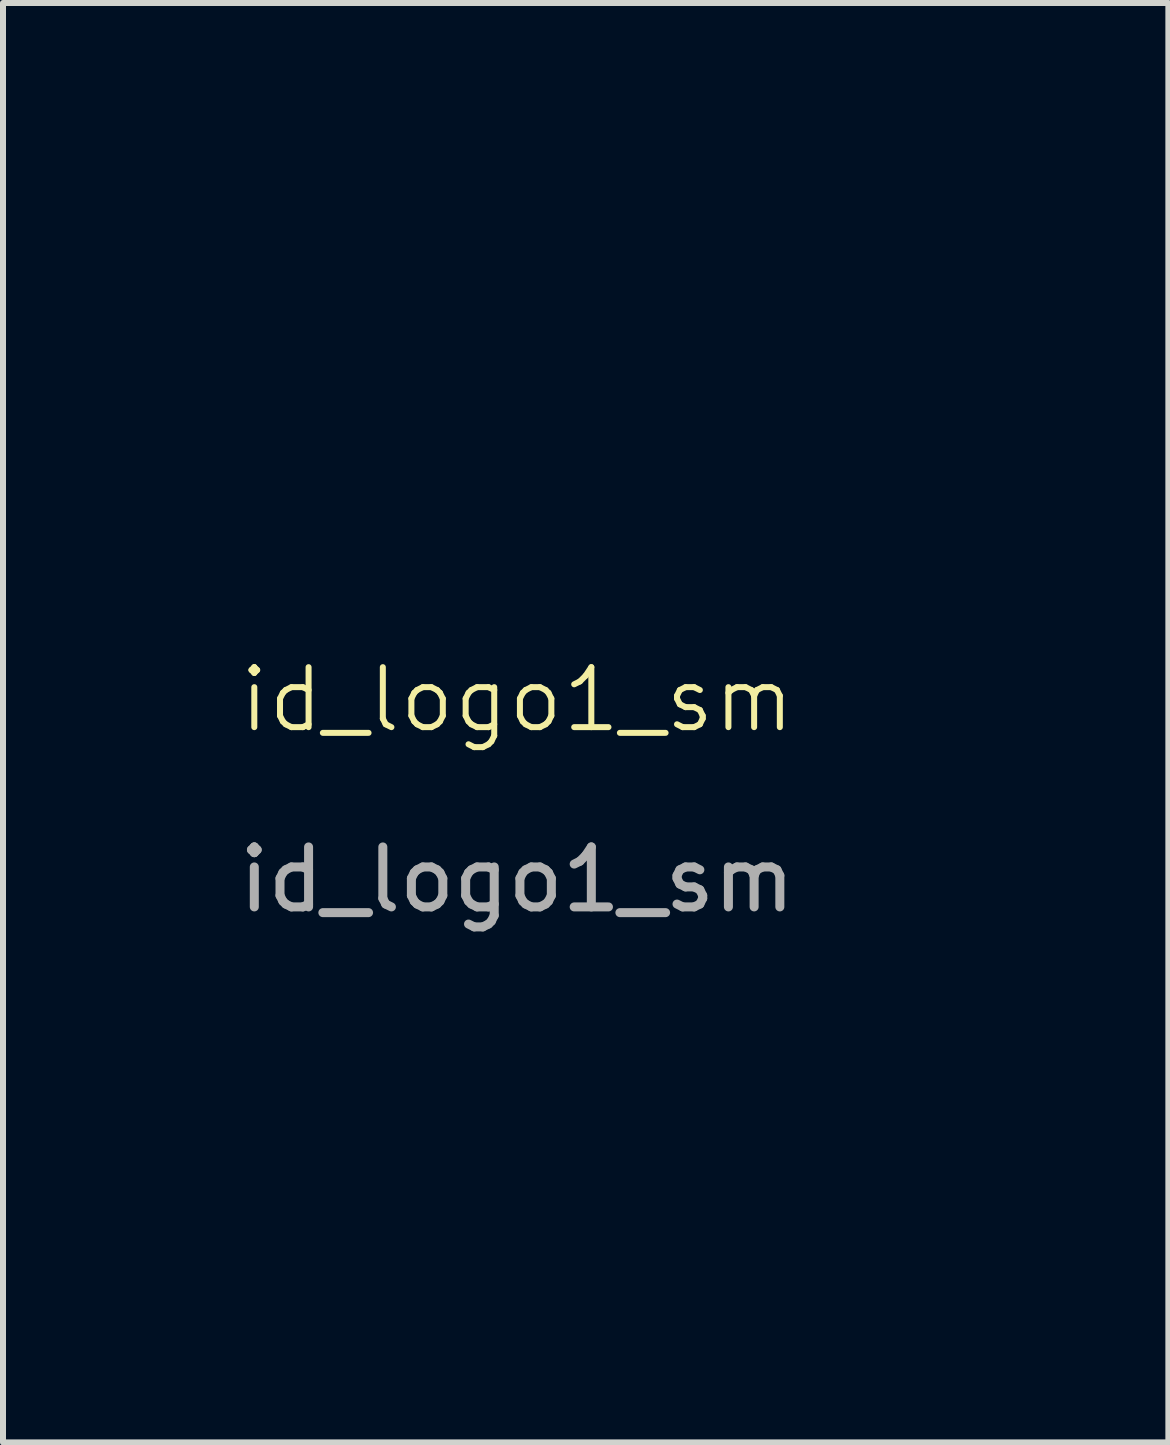
<source format=kicad_pcb>
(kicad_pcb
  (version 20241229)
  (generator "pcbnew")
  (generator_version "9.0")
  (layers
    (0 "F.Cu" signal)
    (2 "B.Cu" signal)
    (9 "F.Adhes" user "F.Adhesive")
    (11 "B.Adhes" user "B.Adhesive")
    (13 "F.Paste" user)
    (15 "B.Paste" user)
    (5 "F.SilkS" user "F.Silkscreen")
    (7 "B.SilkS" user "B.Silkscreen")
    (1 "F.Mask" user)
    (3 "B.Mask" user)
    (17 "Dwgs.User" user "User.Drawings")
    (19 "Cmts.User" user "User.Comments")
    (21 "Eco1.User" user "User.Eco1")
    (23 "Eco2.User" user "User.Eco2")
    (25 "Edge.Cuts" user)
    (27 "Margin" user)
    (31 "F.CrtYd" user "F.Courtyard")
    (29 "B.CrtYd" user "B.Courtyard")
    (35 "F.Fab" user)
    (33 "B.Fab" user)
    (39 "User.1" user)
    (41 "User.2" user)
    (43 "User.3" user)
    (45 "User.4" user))
  (footprint "id_logo1_sm"
    (layer "F.Cu")
    (at 5.571 9.116)
    (property "Reference" "id_logo1_sm" (at 0 -0.5 0) (unlocked yes) (layer "F.SilkS") (effects (font (size 1 1) (thickness 0.1))))
    (attr smd)
    (fp_poly (pts (xy -1.832 -9.115) (xy -1.773 -9.112) (xy -1.701 -9.107) (xy -1.613 -9.101) (xy -1.507 -9.092) (xy -1.5 -9.091) (xy -1.223 -9.066) (xy -0.963 -9.037) (xy -0.716 -9.006) (xy -0.481 -8.971) (xy -0.254 -8.932) (xy -0.03 -8.888) (xy 0.191 -8.839) (xy 0.415 -8.784) (xy 0.462 -8.772) (xy 0.881 -8.653) (xy 1.293 -8.519) (xy 1.698 -8.368) (xy 2.098 -8.199) (xy 2.494 -8.013) (xy 2.887 -7.808) (xy 3.28 -7.584) (xy 3.672 -7.34) (xy 3.807 -7.252) (xy 4.13 -7.03) (xy 4.436 -6.801) (xy 4.729 -6.564) (xy 5.012 -6.315) (xy 5.289 -6.052) (xy 5.405 -5.936) (xy 5.694 -5.627) (xy 5.967 -5.307) (xy 6.223 -4.978) (xy 6.461 -4.639) (xy 6.682 -4.292) (xy 6.885 -3.936) (xy 7.07 -3.573) (xy 7.236 -3.202) (xy 7.383 -2.826) (xy 7.511 -2.443) (xy 7.619 -2.055) (xy 7.674 -1.821) (xy 7.751 -1.426) (xy 7.807 -1.028) (xy 7.843 -0.628) (xy 7.859 -0.226) (xy 7.855 0.176) (xy 7.83 0.577) (xy 7.786 0.977) (xy 7.721 1.374) (xy 7.695 1.507) (xy 7.604 1.893) (xy 7.494 2.274) (xy 7.365 2.65) (xy 7.217 3.021) (xy 7.05 3.385) (xy 6.865 3.742) (xy 6.662 4.092) (xy 6.442 4.434) (xy 6.205 4.767) (xy 5.952 5.091) (xy 5.683 5.405) (xy 5.397 5.709) (xy 5.097 6.002) (xy 4.782 6.284) (xy 4.453 6.553) (xy 4.109 6.81) (xy 3.827 7.004) (xy 3.708 7.082) (xy 3.594 7.155) (xy 3.484 7.223) (xy 3.375 7.289) (xy 3.263 7.353) (xy 3.147 7.418) (xy 3.022 7.485) (xy 2.887 7.556) (xy 2.739 7.632) (xy 2.579 7.712) (xy 2.31 7.844) (xy 2.055 7.964) (xy 1.811 8.073) (xy 1.576 8.172) (xy 1.348 8.261) (xy 1.123 8.343) (xy 0.901 8.416) (xy 0.677 8.483) (xy 0.45 8.545) (xy 0.218 8.601) (xy -0.022 8.654) (xy -0.118 8.673) (xy -0.265 8.701) (xy -0.408 8.727) (xy -0.551 8.75) (xy -0.696 8.771) (xy -0.847 8.791) (xy -1.006 8.81) (xy -1.178 8.828) (xy -1.364 8.846) (xy -1.515 8.859) (xy -1.622 8.868) (xy -1.711 8.875) (xy -1.785 8.88) (xy -1.845 8.882) (xy -1.893 8.883) (xy -1.933 8.881) (xy -1.967 8.878) (xy -1.996 8.873) (xy -2.011 8.869) (xy -2.076 8.847) (xy -2.141 8.815) (xy -2.172 8.796) (xy -1.671 8.796) (xy -1.67 8.802) (xy -1.665 8.803) (xy -1.656 8.799) (xy -1.658 8.796) (xy -1.67 8.795) (xy -1.671 8.796) (xy -2.172 8.796) (xy -2.186 8.787) (xy -1.726 8.787) (xy -1.721 8.792) (xy -1.716 8.787) (xy -1.721 8.782) (xy -1.726 8.787) (xy -2.186 8.787) (xy -2.198 8.78) (xy -2.202 8.777) (xy -1.757 8.777) (xy -1.752 8.782) (xy -1.747 8.777) (xy -1.752 8.772) (xy -1.757 8.777) (xy -2.202 8.777) (xy -2.209 8.771) (xy -2.214 8.767) (xy -1.788 8.767) (xy -1.783 8.772) (xy -1.778 8.767) (xy -1.783 8.761) (xy -1.788 8.767) (xy -2.214 8.767) (xy -2.221 8.76) (xy -2.236 8.746) (xy -1.839 8.746) (xy -1.834 8.751) (xy -1.829 8.746) (xy -0.997 8.746) (xy -0.992 8.751) (xy -0.986 8.746) (xy -0.992 8.741) (xy -0.997 8.746) (xy -1.829 8.746) (xy -1.834 8.741) (xy -1.839 8.746) (xy -2.236 8.746) (xy -2.246 8.736) (xy -1.86 8.736) (xy -1.855 8.741) (xy -1.852 8.738) (xy -0.92 8.738) (xy -0.91 8.74) (xy -0.897 8.738) (xy -0.897 8.735) (xy -0.91 8.732) (xy -0.916 8.734) (xy -0.92 8.738) (xy -1.852 8.738) (xy -1.85 8.736) (xy -1.855 8.731) (xy -1.86 8.736) (xy -2.246 8.736) (xy -2.247 8.735) (xy -2.27 8.713) (xy -1.889 8.713) (xy -1.886 8.719) (xy -1.876 8.73) (xy -1.87 8.728) (xy -1.87 8.727) (xy -0.844 8.727) (xy -0.83 8.729) (xy -0.827 8.729) (xy -0.81 8.728) (xy -0.808 8.724) (xy -0.809 8.724) (xy -0.829 8.722) (xy -0.84 8.724) (xy -0.844 8.727) (xy -1.87 8.727) (xy -1.87 8.726) (xy -1.877 8.717) (xy -1.879 8.716) (xy -0.771 8.716) (xy -0.757 8.718) (xy -0.75 8.718) (xy -0.731 8.717) (xy -0.729 8.714) (xy -0.732 8.713) (xy -0.758 8.712) (xy -0.768 8.713) (xy -0.771 8.716) (xy -1.879 8.716) (xy -1.882 8.714) (xy -1.889 8.713) (xy -2.27 8.713) (xy -2.286 8.697) (xy -2.291 8.693) (xy -1.92 8.693) (xy -1.917 8.698) (xy -1.907 8.709) (xy -1.901 8.707) (xy -1.901 8.706) (xy -1.903 8.703) (xy -0.655 8.703) (xy -0.647 8.703) (xy -0.62 8.7) (xy -0.574 8.694) (xy -0.509 8.685) (xy -0.432 8.673) (xy -0.001 8.598) (xy 0.416 8.507) (xy 0.822 8.401) (xy 1.215 8.278) (xy 1.598 8.139) (xy 1.697 8.1) (xy 1.76 8.074) (xy 1.82 8.05) (xy 1.873 8.027) (xy 1.919 8.007) (xy 1.955 7.991) (xy 1.978 7.98) (xy 1.987 7.975) (xy 1.98 7.976) (xy 1.978 7.976) (xy 1.962 7.982) (xy 1.931 7.994) (xy 1.887 8.01) (xy 1.833 8.031) (xy 1.773 8.054) (xy 1.757 8.06) (xy 1.368 8.2) (xy 0.963 8.328) (xy 0.543 8.445) (xy 0.108 8.55) (xy -0.339 8.642) (xy -0.492 8.67) (xy -0.563 8.683) (xy -0.613 8.693) (xy -0.644 8.699) (xy -0.655 8.703) (xy -1.903 8.703) (xy -1.908 8.697) (xy -1.913 8.694) (xy -1.92 8.693) (xy -2.291 8.693) (xy -2.336 8.648) (xy -2.398 8.586) (xy -2.47 8.515) (xy -2.552 8.434) (xy -2.587 8.398) (xy -2.152 8.398) (xy -2.152 8.402) (xy -2.133 8.451) (xy -2.101 8.507) (xy -2.06 8.565) (xy -2.014 8.618) (xy -2.012 8.62) (xy -1.974 8.657) (xy -1.949 8.68) (xy -1.938 8.688) (xy -1.941 8.681) (xy -1.958 8.661) (xy -1.989 8.626) (xy -1.99 8.625) (xy -1.444 8.625) (xy -1.434 8.627) (xy -1.421 8.625) (xy -1.421 8.622) (xy -1.434 8.619) (xy -1.44 8.621) (xy -1.444 8.625) (xy -1.99 8.625) (xy -2 8.615) (xy -2.002 8.613) (xy -1.305 8.613) (xy -1.3 8.618) (xy -1.295 8.613) (xy -1.3 8.607) (xy -1.305 8.613) (xy -2.002 8.613) (xy -2.048 8.559) (xy -2.092 8.497) (xy -2.115 8.458) (xy -2.133 8.426) (xy -2.146 8.405) (xy -2.152 8.398) (xy -2.587 8.398) (xy -2.625 8.361) (xy -2.168 8.361) (xy -2.164 8.369) (xy -2.161 8.368) (xy -2.16 8.355) (xy -2.161 8.354) (xy -2.167 8.355) (xy -2.168 8.361) (xy -2.625 8.361) (xy -2.642 8.344) (xy -2.651 8.335) (xy -2.178 8.335) (xy -2.173 8.34) (xy -2.168 8.335) (xy -2.173 8.33) (xy -2.178 8.335) (xy -2.651 8.335) (xy -2.74 8.246) (xy -2.846 8.14) (xy -2.958 8.029) (xy -3.075 7.912) (xy -3.197 7.79) (xy -3.323 7.664) (xy -3.452 7.535) (xy -3.583 7.403) (xy -3.716 7.27) (xy -3.849 7.137) (xy -3.982 7.003) (xy -4.114 6.871) (xy -4.245 6.74) (xy -4.372 6.612) (xy -4.496 6.487) (xy -4.616 6.367) (xy -4.731 6.251) (xy -4.84 6.142) (xy -4.943 6.039) (xy -5.038 5.943) (xy -5.124 5.856) (xy -5.202 5.778) (xy -5.269 5.709) (xy -5.326 5.652) (xy -5.371 5.606) (xy -5.404 5.572) (xy -5.423 5.551) (xy -5.429 5.545) (xy -5.478 5.467) (xy -5.52 5.379) (xy -5.549 5.291) (xy -5.552 5.281) (xy -5.554 5.27) (xy -5.556 5.258) (xy -5.558 5.242) (xy -5.56 5.224) (xy -5.561 5.201) (xy -5.562 5.173) (xy -5.564 5.138) (xy -5.565 5.097) (xy -5.565 5.047) (xy -5.566 4.988) (xy -5.567 4.919) (xy -5.567 4.839) (xy -5.568 4.748) (xy -5.568 4.644) (xy -5.569 4.526) (xy -5.569 4.393) (xy -5.569 4.245) (xy -5.569 4.081) (xy -5.569 3.899) (xy -5.569 3.699) (xy -5.569 3.479) (xy -5.569 3.374) (xy -5.569 3.141) (xy -5.569 2.926) (xy -5.569 2.731) (xy -5.569 2.676) (xy -5.301 2.676) (xy -5.3 2.884) (xy -5.3 3.112) (xy -5.3 3.359) (xy -5.3 3.399) (xy -5.297 5.224) (xy -5.256 5.303) (xy -5.25 5.313) (xy -5.244 5.324) (xy -5.236 5.336) (xy -5.226 5.349) (xy -5.213 5.366) (xy -5.196 5.385) (xy -5.176 5.408) (xy -5.151 5.435) (xy -5.12 5.468) (xy -5.084 5.506) (xy -5.041 5.551) (xy -4.991 5.603) (xy -4.933 5.662) (xy -4.866 5.73) (xy -4.791 5.806) (xy -4.705 5.893) (xy -4.61 5.989) (xy -4.503 6.096) (xy -4.385 6.215) (xy -4.255 6.346) (xy -4.111 6.49) (xy -3.955 6.648) (xy -3.845 6.759) (xy -3.705 6.899) (xy -3.569 7.035) (xy -3.437 7.167) (xy -3.311 7.294) (xy -3.191 7.414) (xy -3.078 7.528) (xy -2.972 7.634) (xy -2.874 7.732) (xy -2.785 7.821) (xy -2.705 7.9) (xy -2.636 7.969) (xy -2.578 8.027) (xy -2.531 8.074) (xy -2.497 8.107) (xy -2.476 8.128) (xy -2.469 8.135) (xy -2.467 8.125) (xy -2.467 8.098) (xy -2.467 8.057) (xy -2.469 8.005) (xy -2.471 7.952) (xy -2.472 7.927) (xy -2.472 7.883) (xy -2.473 7.819) (xy -2.474 7.738) (xy -2.474 7.639) (xy -2.475 7.524) (xy -2.476 7.393) (xy -2.477 7.248) (xy -2.478 7.089) (xy -2.478 6.917) (xy -2.479 6.733) (xy -2.48 6.538) (xy -2.481 6.332) (xy -2.482 6.117) (xy -2.482 5.893) (xy -2.483 5.661) (xy -2.483 5.641) (xy -1.737 5.641) (xy -1.734 6.947) (xy -1.731 8.253) (xy -1.707 8.287) (xy -1.666 8.33) (xy -1.617 8.355) (xy -1.576 8.361) (xy -1.554 8.36) (xy -1.516 8.358) (xy -1.463 8.355) (xy -1.399 8.351) (xy -1.327 8.346) (xy -1.25 8.34) (xy -1.247 8.34) (xy -1.165 8.334) (xy -1.085 8.328) (xy -1.009 8.322) (xy -0.941 8.317) (xy -0.887 8.312) (xy -0.853 8.309) (xy -0.392 8.255) (xy 0.062 8.182) (xy 0.51 8.089) (xy 0.951 7.976) (xy 0.987 7.965) (xy 2.004 7.965) (xy 2.009 7.97) (xy 2.014 7.965) (xy 2.009 7.96) (xy 2.004 7.965) (xy 0.987 7.965) (xy 1.027 7.953) (xy 2.028 7.953) (xy 2.029 7.959) (xy 2.034 7.96) (xy 2.043 7.956) (xy 2.041 7.953) (xy 2.029 7.952) (xy 2.028 7.953) (xy 1.027 7.953) (xy 1.055 7.945) (xy 2.055 7.945) (xy 2.06 7.95) (xy 2.065 7.945) (xy 2.06 7.939) (xy 2.055 7.945) (xy 1.055 7.945) (xy 1.089 7.934) (xy 2.076 7.934) (xy 2.081 7.939) (xy 2.086 7.934) (xy 2.081 7.929) (xy 2.076 7.934) (xy 1.089 7.934) (xy 1.123 7.924) (xy 2.096 7.924) (xy 2.101 7.929) (xy 2.106 7.924) (xy 2.101 7.919) (xy 2.096 7.924) (xy 1.123 7.924) (xy 1.157 7.914) (xy 2.127 7.914) (xy 2.132 7.919) (xy 2.137 7.914) (xy 2.132 7.909) (xy 2.127 7.914) (xy 1.157 7.914) (xy 1.19 7.904) (xy 2.147 7.904) (xy 2.153 7.909) (xy 2.158 7.904) (xy 2.153 7.898) (xy 2.147 7.904) (xy 1.19 7.904) (xy 1.386 7.844) (xy 1.815 7.693) (xy 2.237 7.521) (xy 2.653 7.331) (xy 3.063 7.121) (xy 3.466 6.891) (xy 3.863 6.641) (xy 3.923 6.602) (xy 4.128 6.459) (xy 4.338 6.299) (xy 4.553 6.124) (xy 4.769 5.935) (xy 4.985 5.734) (xy 5.151 5.571) (xy 5.441 5.267) (xy 5.714 4.954) (xy 5.969 4.631) (xy 6.207 4.299) (xy 6.427 3.959) (xy 6.628 3.611) (xy 6.812 3.256) (xy 6.977 2.894) (xy 7.122 2.526) (xy 7.249 2.152) (xy 7.356 1.773) (xy 7.444 1.389) (xy 7.485 1.167) (xy 7.538 0.794) (xy 7.574 0.415) (xy 7.59 0.034) (xy 7.589 -0.346) (xy 7.568 -0.723) (xy 7.557 -0.851) (xy 7.508 -1.243) (xy 7.439 -1.632) (xy 7.351 -2.016) (xy 7.242 -2.397) (xy 7.115 -2.772) (xy 6.968 -3.141) (xy 6.802 -3.504) (xy 6.617 -3.861) (xy 6.414 -4.211) (xy 6.192 -4.553) (xy 5.952 -4.887) (xy 5.695 -5.212) (xy 5.594 -5.331) (xy 5.46 -5.483) (xy 5.319 -5.635) (xy 5.173 -5.786) (xy 5.025 -5.932) (xy 4.877 -6.072) (xy 4.732 -6.203) (xy 4.591 -6.324) (xy 4.457 -6.432) (xy 4.34 -6.519) (xy 3.954 -6.784) (xy 3.569 -7.03) (xy 3.182 -7.255) (xy 2.793 -7.462) (xy 2.401 -7.65) (xy 2.37 -7.663) (xy 3.083 -7.663) (xy 3.088 -7.658) (xy 3.093 -7.663) (xy 3.088 -7.668) (xy 3.083 -7.663) (xy 2.37 -7.663) (xy 2.346 -7.673) (xy 3.062 -7.673) (xy 3.067 -7.668) (xy 3.072 -7.673) (xy 3.067 -7.679) (xy 3.062 -7.673) (xy 2.346 -7.673) (xy 2.322 -7.684) (xy 3.041 -7.684) (xy 3.047 -7.679) (xy 3.052 -7.684) (xy 3.047 -7.689) (xy 3.041 -7.684) (xy 2.322 -7.684) (xy 2.227 -7.725) (xy 2.969 -7.725) (xy 2.975 -7.72) (xy 2.98 -7.725) (xy 2.975 -7.73) (xy 2.969 -7.725) (xy 2.227 -7.725) (xy 2.203 -7.735) (xy 2.949 -7.735) (xy 2.954 -7.73) (xy 2.959 -7.735) (xy 2.954 -7.74) (xy 2.949 -7.735) (xy 2.203 -7.735) (xy 2.179 -7.745) (xy 2.928 -7.745) (xy 2.934 -7.74) (xy 2.939 -7.745) (xy 2.934 -7.751) (xy 2.928 -7.745) (xy 2.179 -7.745) (xy 2.155 -7.756) (xy 2.908 -7.756) (xy 2.913 -7.751) (xy 2.918 -7.756) (xy 2.913 -7.761) (xy 2.908 -7.756) (xy 2.155 -7.756) (xy 2.131 -7.766) (xy 2.887 -7.766) (xy 2.892 -7.761) (xy 2.898 -7.766) (xy 2.892 -7.771) (xy 2.887 -7.766) (xy 2.131 -7.766) (xy 2.107 -7.776) (xy 2.867 -7.776) (xy 2.872 -7.771) (xy 2.877 -7.776) (xy 2.872 -7.781) (xy 2.867 -7.776) (xy 2.107 -7.776) (xy 2.006 -7.82) (xy 1.605 -7.971) (xy 1.199 -8.106) (xy 0.786 -8.224) (xy 0.647 -8.259) (xy 0.447 -8.306) (xy 0.232 -8.351) (xy 0.009 -8.394) (xy -0.215 -8.432) (xy -0.433 -8.466) (xy -0.641 -8.493) (xy -0.667 -8.496) (xy -0.71 -8.5) (xy -0.769 -8.506) (xy -0.843 -8.513) (xy -0.926 -8.52) (xy -1.017 -8.527) (xy -1.112 -8.535) (xy -1.199 -8.542) (xy -1.301 -8.55) (xy -1.385 -8.556) (xy -1.452 -8.561) (xy -1.505 -8.564) (xy -1.546 -8.565) (xy -1.576 -8.566) (xy -1.598 -8.565) (xy -1.613 -8.562) (xy -1.624 -8.559) (xy -1.626 -8.558) (xy -1.667 -8.533) (xy -1.703 -8.496) (xy -1.726 -8.456) (xy -1.727 -8.443) (xy -1.729 -8.412) (xy -1.731 -8.363) (xy -1.732 -8.296) (xy -1.733 -8.211) (xy -1.734 -8.108) (xy -1.735 -7.986) (xy -1.735 -7.844) (xy -1.736 -7.683) (xy -1.736 -7.503) (xy -1.736 -7.302) (xy -1.736 -7.149) (xy -1.736 -5.87) (xy -1.683 -5.87) (xy -1.622 -5.868) (xy -1.545 -5.862) (xy -1.453 -5.854) (xy -1.351 -5.842) (xy -1.24 -5.829) (xy -1.124 -5.813) (xy -1.006 -5.796) (xy -0.889 -5.777) (xy -0.776 -5.758) (xy -0.67 -5.739) (xy -0.632 -5.732) (xy -0.262 -5.65) (xy 0.098 -5.552) (xy 0.45 -5.439) (xy 0.792 -5.311) (xy 1.123 -5.169) (xy 1.444 -5.013) (xy 1.753 -4.844) (xy 2.05 -4.662) (xy 2.335 -4.467) (xy 2.606 -4.26) (xy 2.864 -4.041) (xy 3.107 -3.811) (xy 3.336 -3.571) (xy 3.549 -3.32) (xy 3.746 -3.059) (xy 3.927 -2.789) (xy 4.091 -2.51) (xy 4.237 -2.222) (xy 4.365 -1.927) (xy 4.459 -1.668) (xy 4.549 -1.366) (xy 4.62 -1.06) (xy 4.67 -0.752) (xy 4.7 -0.443) (xy 4.711 -0.132) (xy 4.702 0.179) (xy 4.673 0.489) (xy 4.625 0.796) (xy 4.556 1.102) (xy 4.469 1.403) (xy 4.362 1.7) (xy 4.235 1.991) (xy 4.214 2.037) (xy 4.064 2.324) (xy 3.897 2.602) (xy 3.713 2.87) (xy 3.512 3.131) (xy 3.292 3.383) (xy 3.054 3.629) (xy 2.892 3.781) (xy 2.642 3.998) (xy 2.374 4.205) (xy 2.09 4.401) (xy 1.793 4.586) (xy 1.483 4.758) (xy 1.163 4.917) (xy 0.833 5.061) (xy 0.737 5.1) (xy 0.41 5.22) (xy 0.07 5.327) (xy -0.278 5.42) (xy -0.63 5.498) (xy -0.984 5.561) (xy -1.334 5.607) (xy -1.631 5.634) (xy -1.737 5.641) (xy -2.483 5.641) (xy -2.484 5.422) (xy -2.484 5.176) (xy -2.485 4.926) (xy -2.486 4.671) (xy -2.486 4.595) (xy -2.493 1.42) (xy -2.52 1.311) (xy -2.549 1.202) (xy -2.586 1.089) (xy -2.631 0.971) (xy -2.683 0.847) (xy -2.745 0.714) (xy -2.816 0.572) (xy -2.898 0.42) (xy -2.99 0.255) (xy -3.095 0.076) (xy -3.157 -0.029) (xy -3.188 -0.079) (xy -3.225 -0.14) (xy -3.268 -0.209) (xy -3.316 -0.285) (xy -3.367 -0.366) (xy -3.421 -0.451) (xy -3.475 -0.537) (xy -3.53 -0.623) (xy -3.584 -0.707) (xy -3.636 -0.787) (xy -3.684 -0.863) (xy -3.728 -0.931) (xy -3.766 -0.99) (xy -3.798 -1.038) (xy -3.822 -1.074) (xy -3.838 -1.096) (xy -3.843 -1.102) (xy -3.85 -1.094) (xy -3.866 -1.071) (xy -3.888 -1.037) (xy -3.916 -0.994) (xy -3.933 -0.966) (xy -3.962 -0.921) (xy -4 -0.863) (xy -4.045 -0.796) (xy -4.095 -0.723) (xy -4.146 -0.649) (xy -4.196 -0.576) (xy -4.198 -0.573) (xy -4.303 -0.421) (xy -4.403 -0.276) (xy -4.497 -0.137) (xy -4.583 -0.008) (xy -4.662 0.111) (xy -4.731 0.218) (xy -4.79 0.312) (xy -4.838 0.391) (xy -4.84 0.392) (xy -4.953 0.592) (xy -5.051 0.782) (xy -5.133 0.963) (xy -5.2 1.134) (xy -5.25 1.294) (xy -5.283 1.443) (xy -5.291 1.492) (xy -5.293 1.51) (xy -5.294 1.541) (xy -5.296 1.585) (xy -5.297 1.643) (xy -5.298 1.716) (xy -5.298 1.804) (xy -5.299 1.907) (xy -5.3 2.026) (xy -5.3 2.162) (xy -5.3 2.316) (xy -5.301 2.487) (xy -5.301 2.676) (xy -5.569 2.676) (xy -5.569 2.553) (xy -5.569 2.392) (xy -5.569 2.246) (xy -5.568 2.116) (xy -5.568 1.999) (xy -5.567 1.895) (xy -5.566 1.803) (xy -5.565 1.722) (xy -5.563 1.651) (xy -5.561 1.589) (xy -5.559 1.534) (xy -5.556 1.487) (xy -5.553 1.447) (xy -5.55 1.411) (xy -5.546 1.38) (xy -5.541 1.351) (xy -5.536 1.325) (xy -5.531 1.301) (xy -5.525 1.277) (xy -5.518 1.252) (xy -5.511 1.226) (xy -5.503 1.197) (xy -5.456 1.047) (xy -5.396 0.889) (xy -5.322 0.722) (xy -5.261 0.598) (xy -5.21 0.5) (xy -5.157 0.402) (xy -5.101 0.303) (xy -5.04 0.2) (xy -4.973 0.091) (xy -4.899 -0.025) (xy -4.817 -0.149) (xy -4.726 -0.285) (xy -4.624 -0.433) (xy -4.516 -0.589) (xy -4.416 -0.733) (xy -4.328 -0.862) (xy -4.251 -0.976) (xy -4.185 -1.076) (xy -4.13 -1.163) (xy -4.084 -1.238) (xy -4.048 -1.302) (xy -4.021 -1.355) (xy -4.002 -1.397) (xy -3.985 -1.44) (xy -4.203 -1.777) (xy -4.357 -2.017) (xy -4.499 -2.24) (xy -4.63 -2.45) (xy -4.75 -2.645) (xy -4.86 -2.828) (xy -4.959 -2.998) (xy -5.05 -3.158) (xy -5.132 -3.308) (xy -5.206 -3.448) (xy -5.268 -3.574) (xy -4.904 -3.574) (xy -4.9 -3.564) (xy -4.885 -3.538) (xy -4.859 -3.494) (xy -4.823 -3.433) (xy -4.775 -3.354) (xy -4.775 -3.353) (xy -4.69 -3.215) (xy -4.597 -3.067) (xy -4.495 -2.908) (xy -4.383 -2.736) (xy -4.261 -2.551) (xy -4.128 -2.351) (xy -3.983 -2.137) (xy -3.962 -2.104) (xy -3.853 -1.945) (xy -3.756 -1.8) (xy -3.668 -1.67) (xy -3.589 -1.553) (xy -3.518 -1.447) (xy -3.454 -1.35) (xy -3.395 -1.262) (xy -3.342 -1.181) (xy -3.293 -1.105) (xy -3.247 -1.034) (xy -3.203 -0.965) (xy -3.161 -0.897) (xy -3.119 -0.829) (xy -3.076 -0.76) (xy -3.032 -0.687) (xy -3.018 -0.665) (xy -2.86 -0.394) (xy -2.719 -0.135) (xy -2.595 0.114) (xy -2.489 0.352) (xy -2.399 0.579) (xy -2.327 0.794) (xy -2.272 1) (xy -2.235 1.194) (xy -2.234 1.198) (xy -2.232 1.212) (xy -2.23 1.229) (xy -2.229 1.25) (xy -2.227 1.274) (xy -2.226 1.304) (xy -2.225 1.339) (xy -2.223 1.381) (xy -2.223 1.431) (xy -2.222 1.49) (xy -2.221 1.558) (xy -2.22 1.636) (xy -2.22 1.726) (xy -2.219 1.828) (xy -2.219 1.942) (xy -2.219 2.071) (xy -2.219 2.214) (xy -2.219 2.373) (xy -2.219 2.548) (xy -2.219 2.74) (xy -2.219 2.951) (xy -2.219 3.181) (xy -2.219 3.345) (xy -2.221 5.384) (xy -1.945 5.378) (xy -1.843 5.375) (xy -1.737 5.37) (xy -1.634 5.364) (xy -1.54 5.357) (xy -1.469 5.351) (xy -1.113 5.306) (xy -0.77 5.25) (xy -0.438 5.18) (xy -0.114 5.097) (xy 0.175 5.009) (xy 0.536 4.882) (xy 0.884 4.74) (xy 1.221 4.582) (xy 1.544 4.41) (xy 1.854 4.223) (xy 2.15 4.022) (xy 2.433 3.806) (xy 2.7 3.577) (xy 2.953 3.335) (xy 3.19 3.08) (xy 3.402 2.823) (xy 3.453 2.755) (xy 3.512 2.674) (xy 3.574 2.584) (xy 3.637 2.491) (xy 3.697 2.398) (xy 3.753 2.31) (xy 3.8 2.232) (xy 3.818 2.201) (xy 3.966 1.919) (xy 4.094 1.633) (xy 4.202 1.343) (xy 4.29 1.05) (xy 4.358 0.754) (xy 4.407 0.456) (xy 4.435 0.156) (xy 4.443 -0.145) (xy 4.431 -0.447) (xy 4.398 -0.75) (xy 4.345 -1.052) (xy 4.304 -1.231) (xy 4.253 -1.419) (xy 4.196 -1.599) (xy 4.131 -1.776) (xy 4.055 -1.955) (xy 3.967 -2.144) (xy 3.956 -2.166) (xy 3.831 -2.407) (xy 3.697 -2.635) (xy 3.554 -2.852) (xy 3.398 -3.063) (xy 3.228 -3.269) (xy 3.041 -3.475) (xy 2.914 -3.605) (xy 2.805 -3.711) (xy 2.705 -3.806) (xy 2.608 -3.894) (xy 2.509 -3.978) (xy 2.404 -4.063) (xy 2.353 -4.103) (xy 2.059 -4.319) (xy 1.752 -4.52) (xy 1.432 -4.705) (xy 1.1 -4.875) (xy 0.757 -5.028) (xy 0.405 -5.165) (xy 0.043 -5.284) (xy -0.327 -5.387) (xy -0.697 -5.469) (xy -0.877 -5.503) (xy -1.061 -5.533) (xy -1.247 -5.558) (xy -1.431 -5.58) (xy -1.609 -5.597) (xy -1.779 -5.609) (xy -1.936 -5.615) (xy -2.077 -5.616) (xy -2.093 -5.616) (xy -2.218 -5.613) (xy -2.222 -4.994) (xy -2.226 -4.375) (xy -2.257 -4.262) (xy -2.291 -4.154) (xy -2.332 -4.045) (xy -2.381 -3.929) (xy -2.442 -3.803) (xy -2.456 -3.774) (xy -2.496 -3.696) (xy -2.538 -3.619) (xy -2.582 -3.542) (xy -2.629 -3.462) (xy -2.68 -3.379) (xy -2.737 -3.29) (xy -2.8 -3.194) (xy -2.871 -3.089) (xy -2.951 -2.974) (xy -3.04 -2.847) (xy -3.14 -2.706) (xy -3.208 -2.611) (xy -3.311 -2.467) (xy -3.403 -2.336) (xy -3.484 -2.22) (xy -3.554 -2.118) (xy -3.613 -2.031) (xy -3.659 -1.959) (xy -3.694 -1.902) (xy -3.71 -1.876) (xy -3.725 -1.85) (xy -3.738 -1.835) (xy -3.742 -1.832) (xy -3.749 -1.84) (xy -3.766 -1.865) (xy -3.793 -1.903) (xy -3.828 -1.954) (xy -3.87 -2.017) (xy -3.919 -2.09) (xy -3.974 -2.171) (xy -4.033 -2.259) (xy -4.096 -2.354) (xy -4.162 -2.452) (xy -4.229 -2.553) (xy -4.298 -2.656) (xy -4.366 -2.759) (xy -4.433 -2.861) (xy -4.499 -2.959) (xy -4.561 -3.054) (xy -4.619 -3.143) (xy -4.673 -3.224) (xy -4.721 -3.297) (xy -4.76 -3.358) (xy -4.81 -3.436) (xy -4.85 -3.496) (xy -4.879 -3.539) (xy -4.897 -3.565) (xy -4.904 -3.574) (xy -5.268 -3.574) (xy -5.271 -3.58) (xy -5.279 -3.596) (xy -4.92 -3.596) (xy -4.918 -3.591) (xy -4.907 -3.58) (xy -4.901 -3.582) (xy -4.901 -3.583) (xy -4.909 -3.592) (xy -4.913 -3.595) (xy -4.92 -3.596) (xy -5.279 -3.596) (xy -5.288 -3.615) (xy -4.932 -3.615) (xy -4.927 -3.61) (xy -4.922 -3.615) (xy -4.927 -3.62) (xy -4.932 -3.615) (xy -5.288 -3.615) (xy -5.297 -3.635) (xy -4.942 -3.635) (xy -4.937 -3.63) (xy -4.932 -3.635) (xy -4.937 -3.641) (xy -4.942 -3.635) (xy -5.297 -3.635) (xy -5.312 -3.666) (xy -4.963 -3.666) (xy -4.958 -3.661) (xy -4.953 -3.666) (xy -4.958 -3.671) (xy -4.963 -3.666) (xy -5.312 -3.666) (xy -5.321 -3.687) (xy -4.973 -3.687) (xy -4.968 -3.682) (xy -4.963 -3.687) (xy -4.968 -3.692) (xy -4.973 -3.687) (xy -5.321 -3.687) (xy -5.33 -3.705) (xy -5.382 -3.823) (xy -5.427 -3.936) (xy -5.467 -4.044) (xy -5.482 -4.087) (xy -5.5 -4.142) (xy -5.516 -4.19) (xy -5.529 -4.234) (xy -5.539 -4.276) (xy -5.548 -4.318) (xy -5.555 -4.362) (xy -5.56 -4.411) (xy -5.564 -4.467) (xy -5.566 -4.532) (xy -5.568 -4.608) (xy -5.569 -4.698) (xy -5.57 -4.803) (xy -5.57 -4.927) (xy -5.57 -4.945) (xy -5.571 -5.062) (xy -5.571 -5.161) (xy -5.571 -5.242) (xy -5.571 -5.309) (xy -5.57 -5.364) (xy -5.569 -5.39) (xy -5.301 -5.39) (xy -5.3 -5.344) (xy -5.298 -5.316) (xy -5.284 -5.176) (xy -5.257 -5.024) (xy -5.219 -4.861) (xy -5.169 -4.692) (xy -5.157 -4.653) (xy -5.116 -4.543) (xy -5.061 -4.419) (xy -4.993 -4.281) (xy -4.911 -4.129) (xy -4.816 -3.962) (xy -4.706 -3.78) (xy -4.637 -3.669) (xy -4.597 -3.606) (xy -4.551 -3.534) (xy -4.499 -3.453) (xy -4.442 -3.367) (xy -4.383 -3.276) (xy -4.32 -3.181) (xy -4.256 -3.085) (xy -4.192 -2.988) (xy -4.128 -2.893) (xy -4.066 -2.8) (xy -4.006 -2.711) (xy -3.95 -2.628) (xy -3.898 -2.553) (xy -3.852 -2.486) (xy -3.813 -2.429) (xy -3.781 -2.384) (xy -3.758 -2.352) (xy -3.744 -2.334) (xy -3.741 -2.332) (xy -3.733 -2.342) (xy -3.715 -2.367) (xy -3.688 -2.405) (xy -3.652 -2.455) (xy -3.608 -2.515) (xy -3.559 -2.584) (xy -3.506 -2.659) (xy -3.45 -2.736) (xy -3.323 -2.916) (xy -3.208 -3.08) (xy -3.105 -3.231) (xy -3.012 -3.37) (xy -2.929 -3.497) (xy -2.856 -3.614) (xy -2.791 -3.722) (xy -2.734 -3.823) (xy -2.684 -3.917) (xy -2.641 -4.006) (xy -2.603 -4.091) (xy -2.57 -4.174) (xy -2.544 -4.248) (xy -2.536 -4.271) (xy -2.529 -4.291) (xy -2.523 -4.311) (xy -2.517 -4.33) (xy -2.512 -4.35) (xy -2.508 -4.373) (xy -2.504 -4.398) (xy -2.501 -4.428) (xy -2.498 -4.463) (xy -2.495 -4.504) (xy -2.493 -4.552) (xy -2.492 -4.609) (xy -2.49 -4.676) (xy -2.489 -4.752) (xy -2.488 -4.84) (xy -2.488 -4.941) (xy -2.487 -5.056) (xy -2.487 -5.184) (xy -2.487 -5.329) (xy -2.487 -5.49) (xy -2.487 -5.669) (xy -2.487 -5.867) (xy -2.487 -6.012) (xy -2.487 -6.209) (xy -2.486 -6.402) (xy -2.486 -6.589) (xy -2.485 -6.77) (xy -2.485 -6.943) (xy -2.484 -7.106) (xy -2.483 -7.259) (xy -2.482 -7.399) (xy -2.481 -7.527) (xy -2.48 -7.639) (xy -2.479 -7.735) (xy -2.477 -7.814) (xy -2.476 -7.874) (xy -2.476 -7.889) (xy -2.473 -7.974) (xy -2.471 -8.056) (xy -2.469 -8.131) (xy -2.468 -8.196) (xy -2.467 -8.249) (xy -2.468 -8.286) (xy -2.468 -8.297) (xy -2.471 -8.367) (xy -3.836 -7.013) (xy -3.977 -6.874) (xy -4.113 -6.738) (xy -4.246 -6.606) (xy -4.373 -6.479) (xy -4.495 -6.358) (xy -4.61 -6.243) (xy -4.717 -6.136) (xy -4.816 -6.036) (xy -4.907 -5.945) (xy -4.988 -5.864) (xy -5.059 -5.792) (xy -5.118 -5.732) (xy -5.166 -5.683) (xy -5.201 -5.646) (xy -5.223 -5.623) (xy -5.231 -5.614) (xy -5.25 -5.579) (xy -5.27 -5.535) (xy -5.283 -5.497) (xy -5.293 -5.46) (xy -5.299 -5.427) (xy -5.301 -5.39) (xy -5.569 -5.39) (xy -5.569 -5.407) (xy -5.567 -5.441) (xy -5.565 -5.469) (xy -5.562 -5.492) (xy -5.559 -5.511) (xy -5.555 -5.53) (xy -5.55 -5.547) (xy -5.51 -5.663) (xy -5.455 -5.765) (xy -5.417 -5.817) (xy -5.404 -5.83) (xy -5.378 -5.857) (xy -5.339 -5.897) (xy -5.288 -5.949) (xy -5.225 -6.013) (xy -5.151 -6.087) (xy -5.067 -6.171) (xy -4.974 -6.264) (xy -4.872 -6.366) (xy -4.762 -6.475) (xy -4.646 -6.591) (xy -4.523 -6.713) (xy -4.395 -6.84) (xy -4.263 -6.972) (xy -4.126 -7.107) (xy -4.048 -7.184) (xy -3.906 -7.325) (xy -3.765 -7.465) (xy -3.627 -7.602) (xy -3.491 -7.737) (xy -3.36 -7.867) (xy -3.234 -7.992) (xy -3.113 -8.111) (xy -3 -8.224) (xy -2.894 -8.329) (xy -2.798 -8.425) (xy -2.711 -8.512) (xy -2.634 -8.588) (xy -2.569 -8.652) (xy -2.517 -8.704) (xy -2.497 -8.725) (xy 0.343 -8.725) (xy 0.346 -8.722) (xy 0.37 -8.714) (xy 0.412 -8.702) (xy 0.475 -8.684) (xy 0.493 -8.679) (xy 0.891 -8.565) (xy 1.287 -8.437) (xy 1.676 -8.298) (xy 2.055 -8.148) (xy 2.421 -7.989) (xy 2.697 -7.859) (xy 2.755 -7.83) (xy 2.797 -7.81) (xy 2.826 -7.796) (xy 2.844 -7.787) (xy 2.853 -7.784) (xy 2.857 -7.783) (xy 2.857 -7.784) (xy 2.856 -7.786) (xy 2.848 -7.793) (xy 2.823 -7.807) (xy 2.785 -7.827) (xy 2.736 -7.852) (xy 2.679 -7.88) (xy 2.617 -7.911) (xy 2.552 -7.943) (xy 2.486 -7.974) (xy 2.424 -8.004) (xy 2.38 -8.025) (xy 1.97 -8.204) (xy 1.55 -8.367) (xy 1.125 -8.512) (xy 0.696 -8.638) (xy 0.515 -8.685) (xy 0.444 -8.703) (xy 0.392 -8.715) (xy 0.358 -8.722) (xy 0.343 -8.725) (xy -2.497 -8.725) (xy -2.492 -8.729) (xy 0.292 -8.729) (xy 0.302 -8.728) (xy 0.316 -8.729) (xy 0.316 -8.733) (xy 0.302 -8.735) (xy 0.296 -8.734) (xy 0.292 -8.729) (xy -2.492 -8.729) (xy -2.482 -8.739) (xy 0.251 -8.739) (xy 0.261 -8.738) (xy 0.274 -8.74) (xy 0.275 -8.743) (xy 0.261 -8.746) (xy 0.255 -8.744) (xy 0.251 -8.739) (xy -2.482 -8.739) (xy -2.478 -8.743) (xy -2.469 -8.752) (xy -2.467 -8.754) (xy -0.551 -8.754) (xy -0.55 -8.748) (xy -0.545 -8.747) (xy -0.539 -8.75) (xy 0.21 -8.75) (xy 0.22 -8.748) (xy 0.233 -8.75) (xy 0.234 -8.753) (xy 0.22 -8.756) (xy 0.214 -8.754) (xy 0.21 -8.75) (xy -0.539 -8.75) (xy -0.536 -8.751) (xy -0.538 -8.754) (xy -0.55 -8.755) (xy -0.551 -8.754) (xy -2.467 -8.754) (xy -2.461 -8.76) (xy -0.633 -8.76) (xy -0.623 -8.758) (xy -0.609 -8.76) (xy -0.609 -8.764) (xy -0.613 -8.764) (xy 0.168 -8.764) (xy 0.169 -8.758) (xy 0.175 -8.758) (xy 0.183 -8.761) (xy 0.182 -8.764) (xy 0.169 -8.766) (xy 0.168 -8.764) (xy -0.613 -8.764) (xy -0.623 -8.766) (xy -0.629 -8.765) (xy -0.633 -8.76) (xy -2.461 -8.76) (xy -2.453 -8.768) (xy -1.806 -8.768) (xy -1.804 -8.768) (xy -1.799 -8.772) (xy -0.73 -8.772) (xy -0.716 -8.77) (xy -0.709 -8.77) (xy -0.708 -8.77) (xy 0.117 -8.77) (xy 0.128 -8.769) (xy 0.141 -8.77) (xy 0.141 -8.774) (xy 0.127 -8.776) (xy 0.121 -8.775) (xy 0.117 -8.77) (xy -0.708 -8.77) (xy -0.69 -8.771) (xy -0.688 -8.774) (xy -0.691 -8.775) (xy -0.717 -8.776) (xy -0.727 -8.775) (xy -0.73 -8.772) (xy -1.799 -8.772) (xy -1.795 -8.775) (xy -1.793 -8.778) (xy -1.79 -8.788) (xy -1.792 -8.788) (xy -1.801 -8.781) (xy -1.803 -8.778) (xy -1.806 -8.768) (xy -2.453 -8.768) (xy -2.427 -8.794) (xy -1.775 -8.794) (xy -1.76 -8.797) (xy -1.727 -8.808) (xy -1.701 -8.818) (xy -1.674 -8.825) (xy -1.642 -8.83) (xy -1.605 -8.832) (xy -1.559 -8.833) (xy -1.503 -8.832) (xy -1.435 -8.828) (xy -1.351 -8.822) (xy -1.25 -8.815) (xy -1.197 -8.81) (xy -1.079 -8.801) (xy -0.98 -8.793) (xy -0.9 -8.787) (xy -0.838 -8.783) (xy -0.794 -8.781) (xy -0.766 -8.78) (xy -0.753 -8.781) (xy -0.755 -8.784) (xy -0.763 -8.785) (xy 0.075 -8.785) (xy 0.077 -8.779) (xy 0.082 -8.778) (xy 0.091 -8.782) (xy 0.089 -8.785) (xy 0.077 -8.786) (xy 0.075 -8.785) (xy -0.763 -8.785) (xy -0.768 -8.786) (xy -0.798 -8.79) (xy -0.824 -8.793) (xy 0.031 -8.793) (xy 0.036 -8.788) (xy 0.041 -8.793) (xy 0.036 -8.799) (xy 0.031 -8.793) (xy -0.824 -8.793) (xy -0.842 -8.796) (xy -0.895 -8.802) (xy -0.906 -8.804) (xy -0.021 -8.804) (xy -0.015 -8.799) (xy -0.01 -8.804) (xy -0.015 -8.809) (xy -0.021 -8.804) (xy -0.906 -8.804) (xy -0.94 -8.808) (xy -1.08 -8.824) (xy -1.201 -8.837) (xy -1.305 -8.847) (xy -1.394 -8.854) (xy -1.469 -8.858) (xy -1.533 -8.859) (xy -1.586 -8.857) (xy -1.63 -8.852) (xy -1.668 -8.845) (xy -1.7 -8.835) (xy -1.719 -8.827) (xy -1.754 -8.81) (xy -1.773 -8.798) (xy -1.775 -8.794) (xy -2.427 -8.794) (xy -2.392 -8.829) (xy -2.326 -8.893) (xy -2.271 -8.945) (xy -2.224 -8.987) (xy -2.184 -9.019) (xy -2.147 -9.045) (xy -2.113 -9.064) (xy -2.079 -9.079) (xy -2.044 -9.091) (xy -2.008 -9.101) (xy -1.981 -9.108) (xy -1.952 -9.112) (xy -1.919 -9.115) (xy -1.88 -9.116)) (stroke (width 0) (type solid)) (fill yes) (layer "F.Mask"))
    (fp_text user "${REFERENCE}" (at 0 2.5 0) (unlocked yes) (layer "F.Fab") (effects (font (size 1 1) (thickness 0.15)))))
  (gr_rect
    (start -3 -3)
    (end 16.43 20.999)
    (stroke (width 0.1) (type default))
    (fill no)
    (layer "Edge.Cuts")))
</source>
